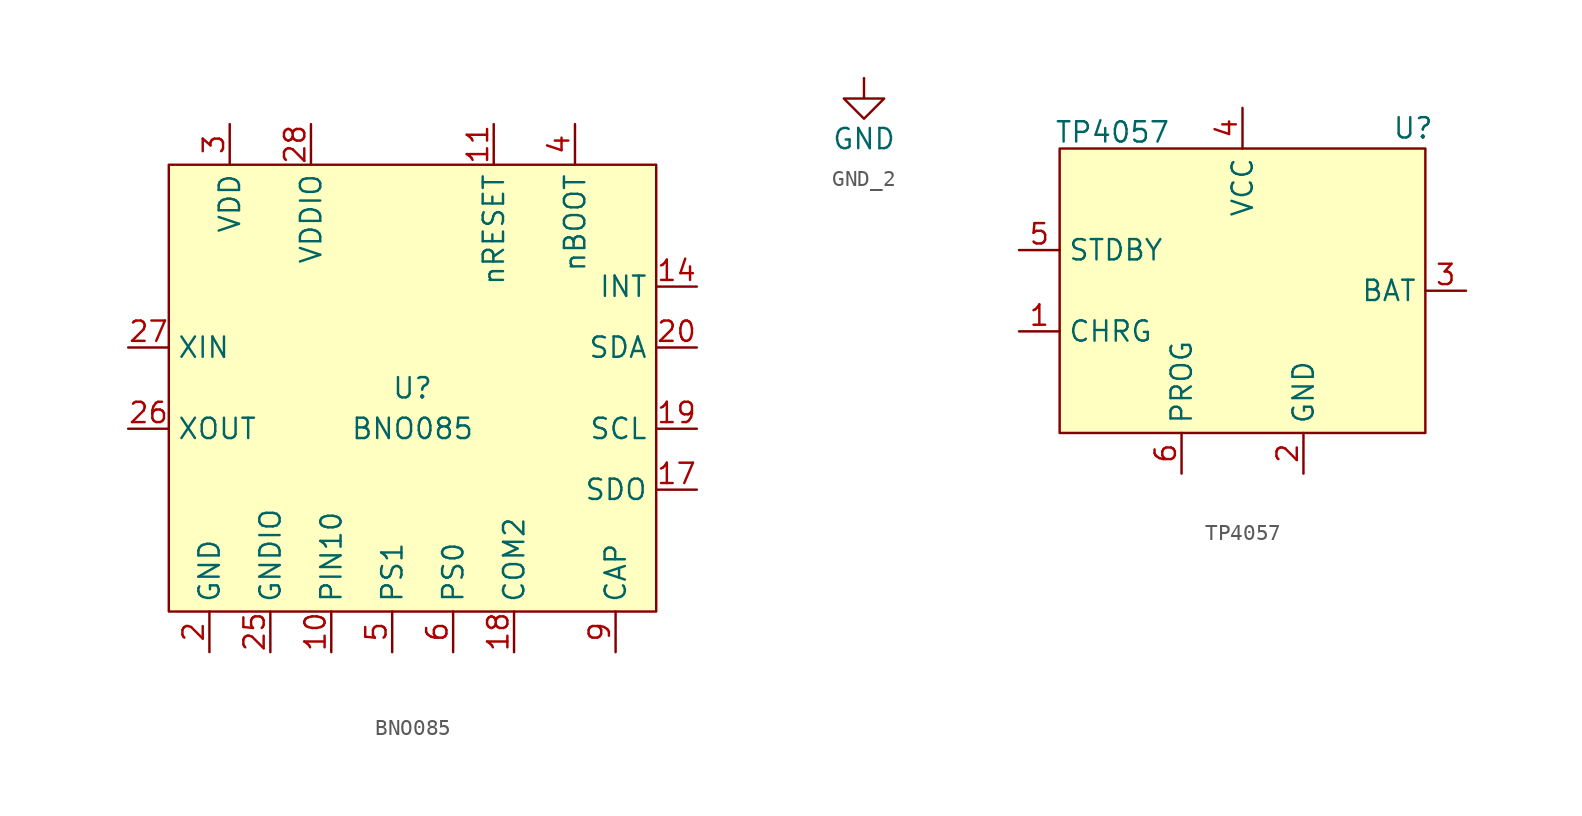
<source format=kicad_sym>
(kicad_symbol_lib
  (version 20231120)
  (generator "kicad_symbol_editor")
  (generator_version "8.0")
  (symbol "BNO085"
    (property "Reference" "U"
      (at 0 0 0)
      (effects (font (size 1.27 1.27))))
    (property "Value" "BNO085"
      (at 0 -2.54 0)
      (effects (font (size 1.27 1.27))))
    (symbol "BNO085_1_1"
      (rectangle (start -15.24 13.97) (end 15.24 -13.97) (stroke (width 0) (type default)) (fill (type background)))
      (pin input line (at -5.08 -16.51 90) (length 2.54) (name "PIN10" (effects (font (size 1.27 1.27)))) (number "10" (effects (font (size 1.27 1.27)))))
      (pin input line (at 5.08 16.51 270) (length 2.54) (name "nRESET" (effects (font (size 1.27 1.27)))) (number "11" (effects (font (size 1.27 1.27)))))
      (pin bidirectional line (at 17.78 6.35 180) (length 2.54) (name "INT" (effects (font (size 1.27 1.27)))) (number "14" (effects (font (size 1.27 1.27)))))
      (pin power_in line (at 17.78 -6.35 180) (length 2.54) (name "SDO" (effects (font (size 1.27 1.27)))) (number "17" (effects (font (size 1.27 1.27)))))
      (pin input line (at 6.35 -16.51 90) (length 2.54) (name "COM2" (effects (font (size 1.27 1.27)))) (number "18" (effects (font (size 1.27 1.27)))))
      (pin input line (at 17.78 -2.54 180) (length 2.54) (name "SCL" (effects (font (size 1.27 1.27)))) (number "19" (effects (font (size 1.27 1.27)))))
      (pin power_in line (at -12.7 -16.51 90) (length 2.54) (name "GND" (effects (font (size 1.27 1.27)))) (number "2" (effects (font (size 1.27 1.27)))))
      (pin bidirectional line (at 17.78 2.54 180) (length 2.54) (name "SDA" (effects (font (size 1.27 1.27)))) (number "20" (effects (font (size 1.27 1.27)))))
      (pin power_in line (at -8.89 -16.51 90) (length 2.54) (name "GNDIO" (effects (font (size 1.27 1.27)))) (number "25" (effects (font (size 1.27 1.27)))))
      (pin bidirectional line (at -17.78 -2.54 0) (length 2.54) (name "XOUT" (effects (font (size 1.27 1.27)))) (number "26" (effects (font (size 1.27 1.27)))))
      (pin bidirectional line (at -17.78 2.54 0) (length 2.54) (name "XIN" (effects (font (size 1.27 1.27)))) (number "27" (effects (font (size 1.27 1.27)))))
      (pin power_in line (at -6.35 16.51 270) (length 2.54) (name "VDDIO" (effects (font (size 1.27 1.27)))) (number "28" (effects (font (size 1.27 1.27)))))
      (pin power_in line (at -11.43 16.51 270) (length 2.54) (name "VDD" (effects (font (size 1.27 1.27)))) (number "3" (effects (font (size 1.27 1.27)))))
      (pin input line (at 10.16 16.51 270) (length 2.54) (name "nBOOT" (effects (font (size 1.27 1.27)))) (number "4" (effects (font (size 1.27 1.27)))))
      (pin input line (at -1.27 -16.51 90) (length 2.54) (name "PS1" (effects (font (size 1.27 1.27)))) (number "5" (effects (font (size 1.27 1.27)))))
      (pin input line (at 2.54 -16.51 90) (length 2.54) (name "PS0" (effects (font (size 1.27 1.27)))) (number "6" (effects (font (size 1.27 1.27)))))
      (pin power_out line (at 12.7 -16.51 90) (length 2.54) (name "CAP" (effects (font (size 1.27 1.27)))) (number "9" (effects (font (size 1.27 1.27)))))))
  (symbol "GND_2"
    (power)
    (pin_numbers hide)
    (pin_names
      (offset 0) hide)
    (property "Reference" "#PWR"
      (at 0 -6.35 0)
      (effects (font (size 1.27 1.27)) (hide yes)))
    (property "Value" "GND"
      (at 0 -3.81 0)
      (effects (font (size 1.27 1.27))))
    (symbol "GND_2_0_1"
      (polyline (pts (xy 0 0) (xy 0 -1.27) (xy 1.27 -1.27) (xy 0 -2.54) (xy -1.27 -1.27) (xy 0 -1.27)) (stroke (width 0) (type default)) (fill (type none))))
    (symbol "GND_2_1_1"
      (pin power_in line (at 0 0 270) (length 0) (name "~" (effects (font (size 1.27 1.27)))) (number "1" (effects (font (size 1.27 1.27)))))))
  (symbol "TP4057"
    (property "Reference" "U"
      (at 10.668 10.16 0)
      (effects (font (size 1.27 1.27))))
    (property "Value" "TP4057"
      (at -8.128 9.906 0)
      (effects (font (size 1.27 1.27))))
    (symbol "TP4057_1_1"
      (rectangle (start -11.43 8.89) (end 11.43 -8.89) (stroke (width 0) (type default)) (fill (type background)))
      (pin input line (at -13.97 -2.54 0) (length 2.54) (name "CHRG" (effects (font (size 1.27 1.27)))) (number "1" (effects (font (size 1.27 1.27)))))
      (pin power_in line (at 3.81 -11.43 90) (length 2.54) (name "GND" (effects (font (size 1.27 1.27)))) (number "2" (effects (font (size 1.27 1.27)))))
      (pin power_out line (at 13.97 0 180) (length 2.54) (name "BAT" (effects (font (size 1.27 1.27)))) (number "3" (effects (font (size 1.27 1.27)))))
      (pin power_in line (at 0 11.43 270) (length 2.54) (name "VCC" (effects (font (size 1.27 1.27)))) (number "4" (effects (font (size 1.27 1.27)))))
      (pin input line (at -13.97 2.54 0) (length 2.54) (name "STDBY" (effects (font (size 1.27 1.27)))) (number "5" (effects (font (size 1.27 1.27)))))
      (pin input line (at -3.81 -11.43 90) (length 2.54) (name "PROG" (effects (font (size 1.27 1.27)))) (number "6" (effects (font (size 1.27 1.27))))))))
</source>
